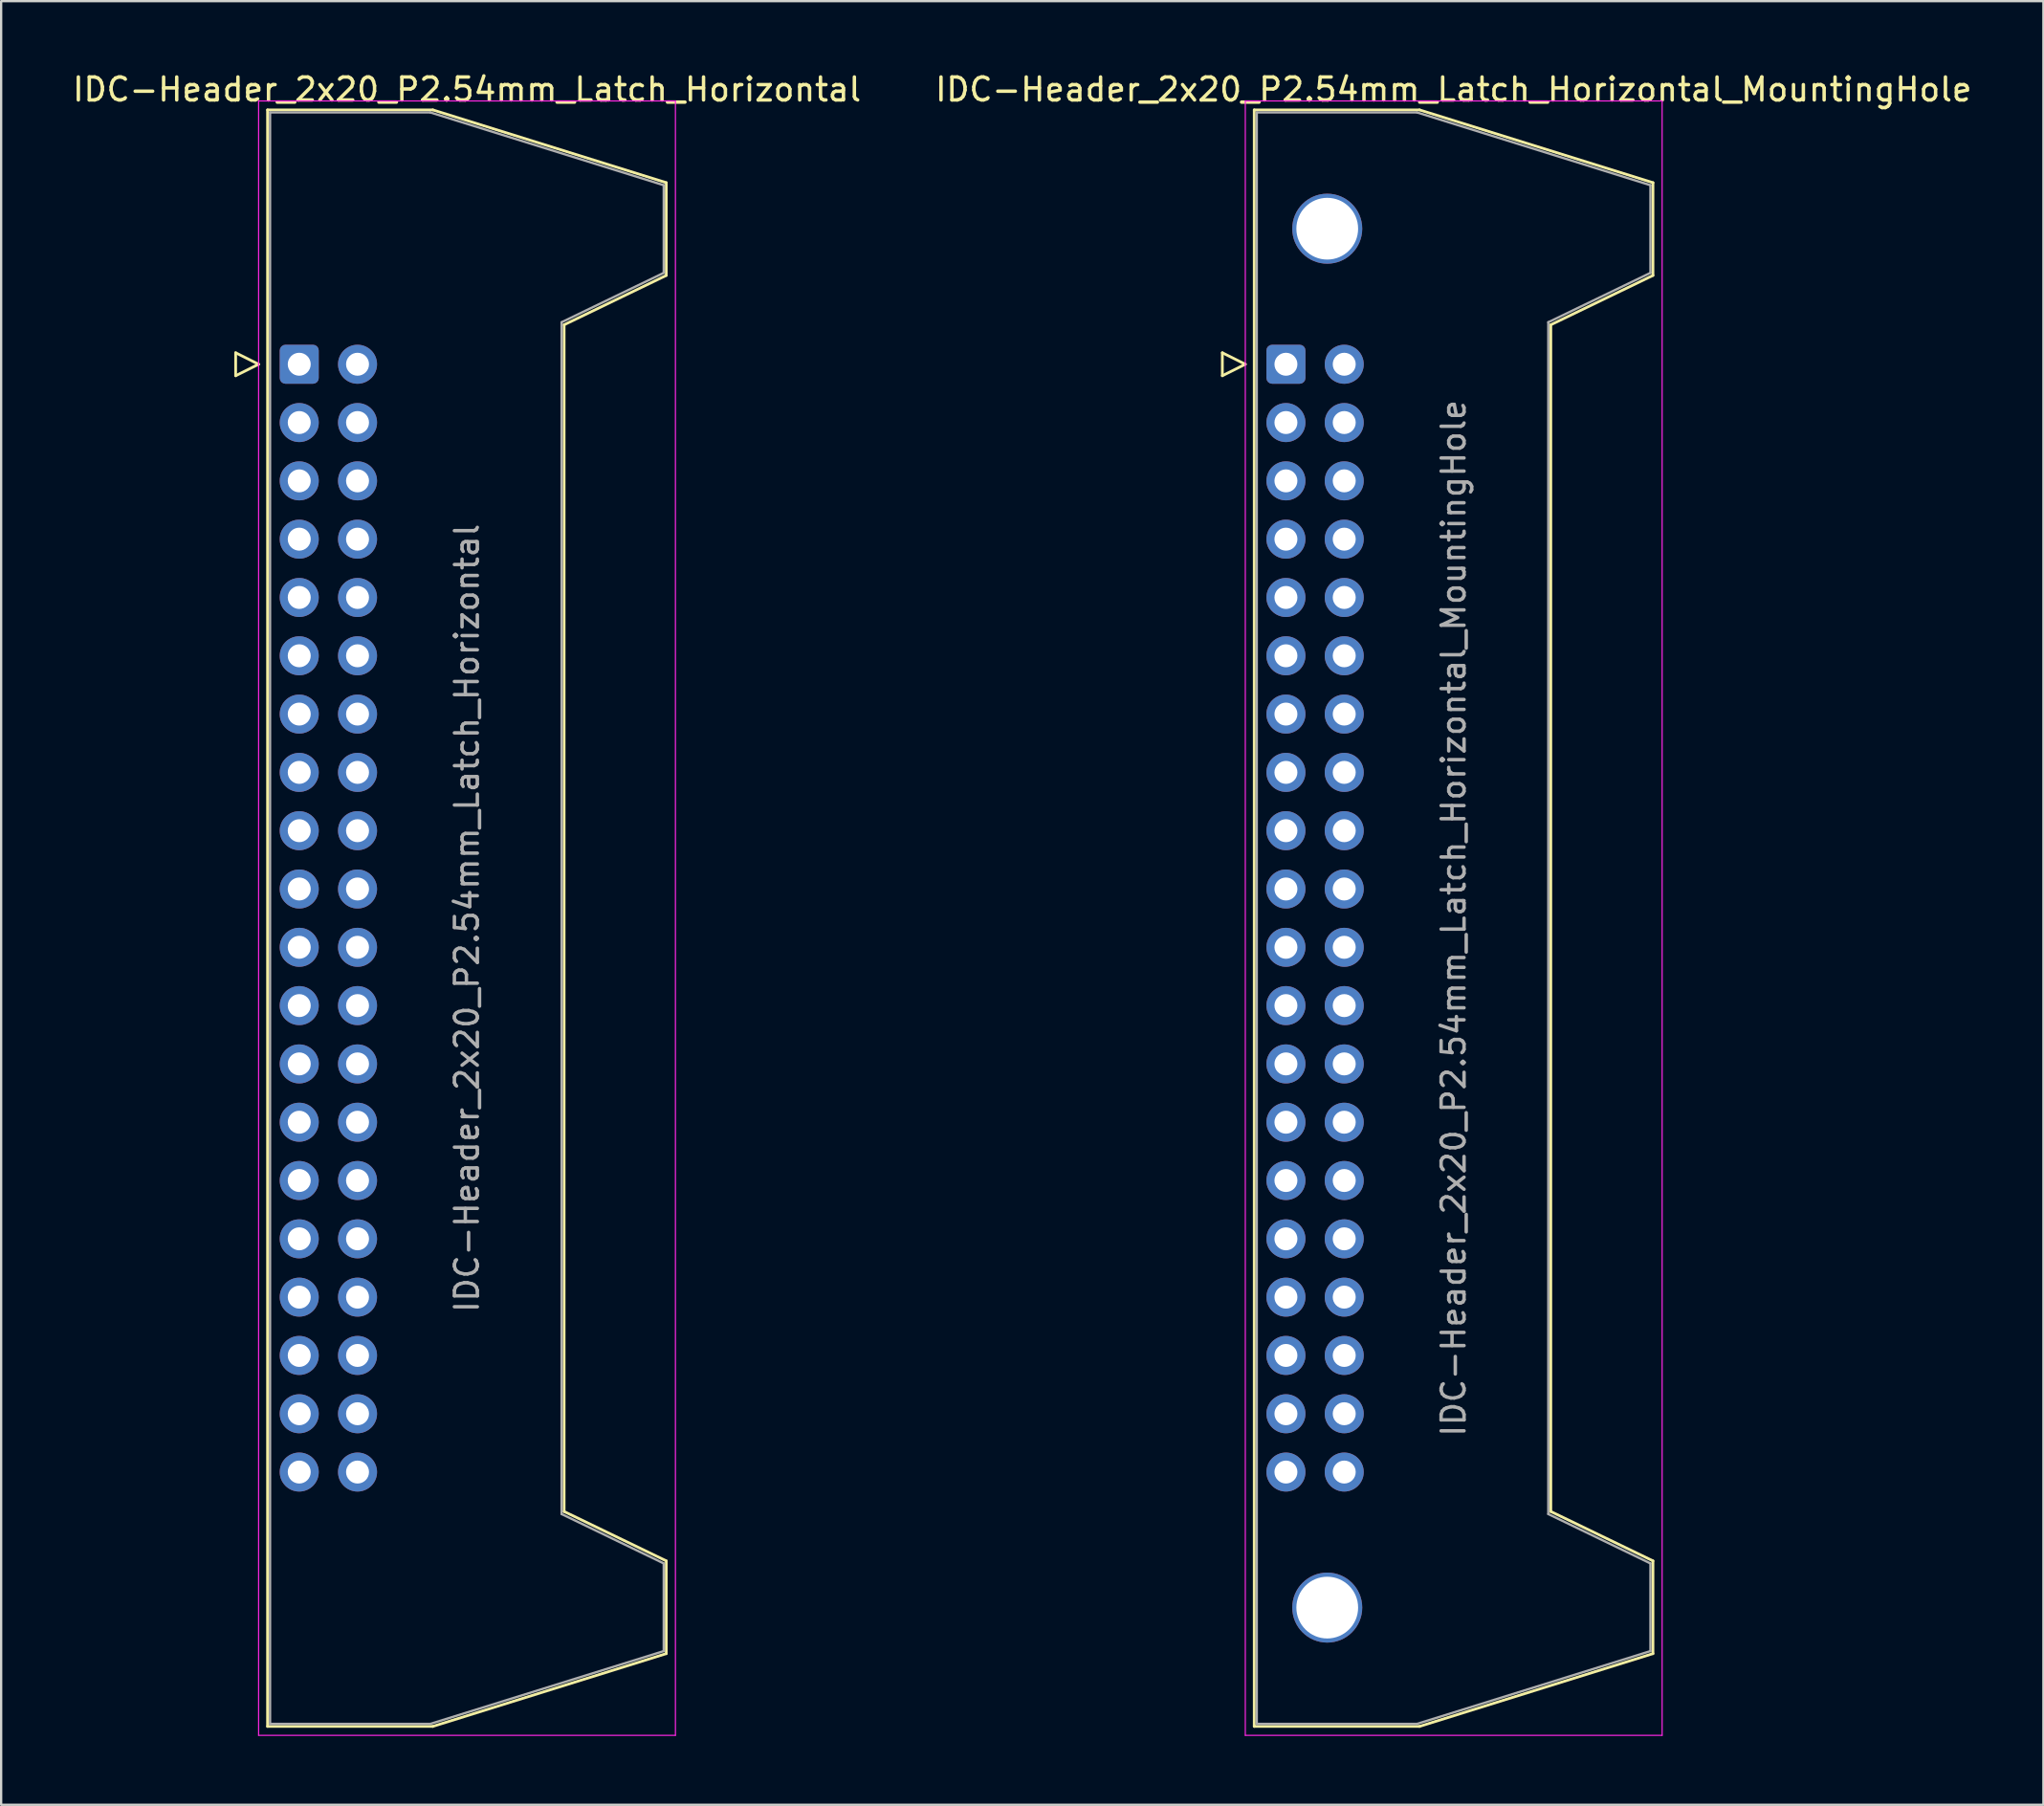
<source format=kicad_pcb>
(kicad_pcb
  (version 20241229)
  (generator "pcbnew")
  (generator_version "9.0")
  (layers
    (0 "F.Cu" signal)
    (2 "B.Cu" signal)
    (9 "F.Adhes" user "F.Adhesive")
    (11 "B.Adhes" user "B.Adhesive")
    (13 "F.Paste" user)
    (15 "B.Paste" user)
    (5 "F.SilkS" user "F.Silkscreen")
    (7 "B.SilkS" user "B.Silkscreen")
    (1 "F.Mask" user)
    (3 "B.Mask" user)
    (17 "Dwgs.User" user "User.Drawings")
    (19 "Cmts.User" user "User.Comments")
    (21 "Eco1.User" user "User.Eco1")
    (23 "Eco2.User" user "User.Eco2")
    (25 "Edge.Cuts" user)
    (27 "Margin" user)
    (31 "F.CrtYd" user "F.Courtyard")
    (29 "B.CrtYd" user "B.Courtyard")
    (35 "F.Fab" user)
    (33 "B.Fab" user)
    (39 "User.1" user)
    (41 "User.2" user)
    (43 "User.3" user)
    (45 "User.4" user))
  (footprint "IDC-Header_2x20_P2.54mm_Latch_Horizontal"
    (layer "F.Cu")
    (at 9.987 12.818)
    (property "Reference" "IDC-Header_2x20_P2.54mm_Latch_Horizontal" (at 7.305 -11.97 0) (layer "F.SilkS") (effects (font (size 1 1) (thickness 0.15))))
    (attr through_hole)
    (fp_line (start -2.77 -0.5) (end -2.77 0.5) (stroke (width 0.12) (type solid)) (layer "F.SilkS"))
    (fp_line (start -2.77 0.5) (end -1.77 0) (stroke (width 0.12) (type solid)) (layer "F.SilkS"))
    (fp_line (start -1.77 0) (end -2.77 -0.5) (stroke (width 0.12) (type solid)) (layer "F.SilkS"))
    (fp_line (start -1.38 -11.08) (end 5.82 -11.08) (stroke (width 0.12) (type solid)) (layer "F.SilkS"))
    (fp_line (start -1.38 59.34) (end -1.38 -11.08) (stroke (width 0.12) (type solid)) (layer "F.SilkS"))
    (fp_line (start 5.82 -11.08) (end 15.99 -7.91) (stroke (width 0.12) (type solid)) (layer "F.SilkS"))
    (fp_line (start 5.82 59.34) (end -1.38 59.34) (stroke (width 0.12) (type solid)) (layer "F.SilkS"))
    (fp_line (start 11.54 -1.72) (end 11.54 49.98) (stroke (width 0.12) (type solid)) (layer "F.SilkS"))
    (fp_line (start 11.54 49.98) (end 15.99 52.13) (stroke (width 0.12) (type solid)) (layer "F.SilkS"))
    (fp_line (start 15.99 -7.91) (end 15.99 -3.87) (stroke (width 0.12) (type solid)) (layer "F.SilkS"))
    (fp_line (start 15.99 -3.87) (end 11.54 -1.72) (stroke (width 0.12) (type solid)) (layer "F.SilkS"))
    (fp_line (start 15.99 52.13) (end 15.99 56.17) (stroke (width 0.12) (type solid)) (layer "F.SilkS"))
    (fp_line (start 15.99 56.17) (end 5.82 59.34) (stroke (width 0.12) (type solid)) (layer "F.SilkS"))
    (fp_line (start -1.77 -11.47) (end -1.77 59.73) (stroke (width 0.05) (type solid)) (layer "F.CrtYd"))
    (fp_line (start -1.77 59.73) (end 16.39 59.73) (stroke (width 0.05) (type solid)) (layer "F.CrtYd"))
    (fp_line (start 16.39 -11.47) (end -1.77 -11.47) (stroke (width 0.05) (type solid)) (layer "F.CrtYd"))
    (fp_line (start 16.39 59.73) (end 16.39 -11.47) (stroke (width 0.05) (type solid)) (layer "F.CrtYd"))
    (fp_line (start -1.27 -10.97) (end 5.71 -10.97) (stroke (width 0.1) (type solid)) (layer "F.Fab"))
    (fp_line (start -1.27 59.23) (end -1.27 -10.97) (stroke (width 0.1) (type solid)) (layer "F.Fab"))
    (fp_line (start 5.71 -10.97) (end 15.88 -7.8) (stroke (width 0.1) (type solid)) (layer "F.Fab"))
    (fp_line (start 5.71 59.23) (end -1.27 59.23) (stroke (width 0.1) (type solid)) (layer "F.Fab"))
    (fp_line (start 11.43 -1.83) (end 11.43 50.09) (stroke (width 0.1) (type solid)) (layer "F.Fab"))
    (fp_line (start 11.43 50.09) (end 15.88 52.24) (stroke (width 0.1) (type solid)) (layer "F.Fab"))
    (fp_line (start 15.88 -7.8) (end 15.88 -3.98) (stroke (width 0.1) (type solid)) (layer "F.Fab"))
    (fp_line (start 15.88 -3.98) (end 11.43 -1.83) (stroke (width 0.1) (type solid)) (layer "F.Fab"))
    (fp_line (start 15.88 52.24) (end 15.88 56.06) (stroke (width 0.1) (type solid)) (layer "F.Fab"))
    (fp_line (start 15.88 56.06) (end 5.71 59.23) (stroke (width 0.1) (type solid)) (layer "F.Fab"))
    (fp_text user "${REFERENCE}" (at 7.305 24.13 90) (layer "F.Fab") (effects (font (size 1 1) (thickness 0.15))))
    (pad "1" thru_hole roundrect (at 0 0) (size 1.7 1.7) (drill 1) (layers "*.Cu" "*.Mask") (roundrect_rratio 0.147))
    (pad "2" thru_hole circle (at 2.54 0) (size 1.7 1.7) (drill 1) (layers "*.Cu" "*.Mask"))
    (pad "3" thru_hole circle (at 0 2.54) (size 1.7 1.7) (drill 1) (layers "*.Cu" "*.Mask"))
    (pad "4" thru_hole circle (at 2.54 2.54) (size 1.7 1.7) (drill 1) (layers "*.Cu" "*.Mask"))
    (pad "5" thru_hole circle (at 0 5.08) (size 1.7 1.7) (drill 1) (layers "*.Cu" "*.Mask"))
    (pad "6" thru_hole circle (at 2.54 5.08) (size 1.7 1.7) (drill 1) (layers "*.Cu" "*.Mask"))
    (pad "7" thru_hole circle (at 0 7.62) (size 1.7 1.7) (drill 1) (layers "*.Cu" "*.Mask"))
    (pad "8" thru_hole circle (at 2.54 7.62) (size 1.7 1.7) (drill 1) (layers "*.Cu" "*.Mask"))
    (pad "9" thru_hole circle (at 0 10.16) (size 1.7 1.7) (drill 1) (layers "*.Cu" "*.Mask"))
    (pad "10" thru_hole circle (at 2.54 10.16) (size 1.7 1.7) (drill 1) (layers "*.Cu" "*.Mask"))
    (pad "11" thru_hole circle (at 0 12.7) (size 1.7 1.7) (drill 1) (layers "*.Cu" "*.Mask"))
    (pad "12" thru_hole circle (at 2.54 12.7) (size 1.7 1.7) (drill 1) (layers "*.Cu" "*.Mask"))
    (pad "13" thru_hole circle (at 0 15.24) (size 1.7 1.7) (drill 1) (layers "*.Cu" "*.Mask"))
    (pad "14" thru_hole circle (at 2.54 15.24) (size 1.7 1.7) (drill 1) (layers "*.Cu" "*.Mask"))
    (pad "15" thru_hole circle (at 0 17.78) (size 1.7 1.7) (drill 1) (layers "*.Cu" "*.Mask"))
    (pad "16" thru_hole circle (at 2.54 17.78) (size 1.7 1.7) (drill 1) (layers "*.Cu" "*.Mask"))
    (pad "17" thru_hole circle (at 0 20.32) (size 1.7 1.7) (drill 1) (layers "*.Cu" "*.Mask"))
    (pad "18" thru_hole circle (at 2.54 20.32) (size 1.7 1.7) (drill 1) (layers "*.Cu" "*.Mask"))
    (pad "19" thru_hole circle (at 0 22.86) (size 1.7 1.7) (drill 1) (layers "*.Cu" "*.Mask"))
    (pad "20" thru_hole circle (at 2.54 22.86) (size 1.7 1.7) (drill 1) (layers "*.Cu" "*.Mask"))
    (pad "21" thru_hole circle (at 0 25.4) (size 1.7 1.7) (drill 1) (layers "*.Cu" "*.Mask"))
    (pad "22" thru_hole circle (at 2.54 25.4) (size 1.7 1.7) (drill 1) (layers "*.Cu" "*.Mask"))
    (pad "23" thru_hole circle (at 0 27.94) (size 1.7 1.7) (drill 1) (layers "*.Cu" "*.Mask"))
    (pad "24" thru_hole circle (at 2.54 27.94) (size 1.7 1.7) (drill 1) (layers "*.Cu" "*.Mask"))
    (pad "25" thru_hole circle (at 0 30.48) (size 1.7 1.7) (drill 1) (layers "*.Cu" "*.Mask"))
    (pad "26" thru_hole circle (at 2.54 30.48) (size 1.7 1.7) (drill 1) (layers "*.Cu" "*.Mask"))
    (pad "27" thru_hole circle (at 0 33.02) (size 1.7 1.7) (drill 1) (layers "*.Cu" "*.Mask"))
    (pad "28" thru_hole circle (at 2.54 33.02) (size 1.7 1.7) (drill 1) (layers "*.Cu" "*.Mask"))
    (pad "29" thru_hole circle (at 0 35.56) (size 1.7 1.7) (drill 1) (layers "*.Cu" "*.Mask"))
    (pad "30" thru_hole circle (at 2.54 35.56) (size 1.7 1.7) (drill 1) (layers "*.Cu" "*.Mask"))
    (pad "31" thru_hole circle (at 0 38.1) (size 1.7 1.7) (drill 1) (layers "*.Cu" "*.Mask"))
    (pad "32" thru_hole circle (at 2.54 38.1) (size 1.7 1.7) (drill 1) (layers "*.Cu" "*.Mask"))
    (pad "33" thru_hole circle (at 0 40.64) (size 1.7 1.7) (drill 1) (layers "*.Cu" "*.Mask"))
    (pad "34" thru_hole circle (at 2.54 40.64) (size 1.7 1.7) (drill 1) (layers "*.Cu" "*.Mask"))
    (pad "35" thru_hole circle (at 0 43.18) (size 1.7 1.7) (drill 1) (layers "*.Cu" "*.Mask"))
    (pad "36" thru_hole circle (at 2.54 43.18) (size 1.7 1.7) (drill 1) (layers "*.Cu" "*.Mask"))
    (pad "37" thru_hole circle (at 0 45.72) (size 1.7 1.7) (drill 1) (layers "*.Cu" "*.Mask"))
    (pad "38" thru_hole circle (at 2.54 45.72) (size 1.7 1.7) (drill 1) (layers "*.Cu" "*.Mask"))
    (pad "39" thru_hole circle (at 0 48.26) (size 1.7 1.7) (drill 1) (layers "*.Cu" "*.Mask"))
    (pad "40" thru_hole circle (at 2.54 48.26) (size 1.7 1.7) (drill 1) (layers "*.Cu" "*.Mask")))
  (footprint "IDC-Header_2x20_P2.54mm_Latch_Horizontal_MountingHole"
    (layer "F.Cu")
    (at 52.975 12.818)
    (property "Reference" "IDC-Header_2x20_P2.54mm_Latch_Horizontal_MountingHole" (at 7.305 -11.97 0) (layer "F.SilkS") (effects (font (size 1 1) (thickness 0.15))))
    (attr through_hole)
    (fp_line (start -2.77 -0.5) (end -2.77 0.5) (stroke (width 0.12) (type solid)) (layer "F.SilkS"))
    (fp_line (start -2.77 0.5) (end -1.77 0) (stroke (width 0.12) (type solid)) (layer "F.SilkS"))
    (fp_line (start -1.77 0) (end -2.77 -0.5) (stroke (width 0.12) (type solid)) (layer "F.SilkS"))
    (fp_line (start -1.38 -11.08) (end 5.82 -11.08) (stroke (width 0.12) (type solid)) (layer "F.SilkS"))
    (fp_line (start -1.38 59.34) (end -1.38 -11.08) (stroke (width 0.12) (type solid)) (layer "F.SilkS"))
    (fp_line (start 5.82 -11.08) (end 15.99 -7.91) (stroke (width 0.12) (type solid)) (layer "F.SilkS"))
    (fp_line (start 5.82 59.34) (end -1.38 59.34) (stroke (width 0.12) (type solid)) (layer "F.SilkS"))
    (fp_line (start 11.54 -1.72) (end 11.54 49.98) (stroke (width 0.12) (type solid)) (layer "F.SilkS"))
    (fp_line (start 11.54 49.98) (end 15.99 52.13) (stroke (width 0.12) (type solid)) (layer "F.SilkS"))
    (fp_line (start 15.99 -7.91) (end 15.99 -3.87) (stroke (width 0.12) (type solid)) (layer "F.SilkS"))
    (fp_line (start 15.99 -3.87) (end 11.54 -1.72) (stroke (width 0.12) (type solid)) (layer "F.SilkS"))
    (fp_line (start 15.99 52.13) (end 15.99 56.17) (stroke (width 0.12) (type solid)) (layer "F.SilkS"))
    (fp_line (start 15.99 56.17) (end 5.82 59.34) (stroke (width 0.12) (type solid)) (layer "F.SilkS"))
    (fp_line (start -1.77 -11.47) (end -1.77 59.73) (stroke (width 0.05) (type solid)) (layer "F.CrtYd"))
    (fp_line (start -1.77 59.73) (end 16.39 59.73) (stroke (width 0.05) (type solid)) (layer "F.CrtYd"))
    (fp_line (start 16.39 -11.47) (end -1.77 -11.47) (stroke (width 0.05) (type solid)) (layer "F.CrtYd"))
    (fp_line (start 16.39 59.73) (end 16.39 -11.47) (stroke (width 0.05) (type solid)) (layer "F.CrtYd"))
    (fp_line (start -1.27 -10.97) (end 5.71 -10.97) (stroke (width 0.1) (type solid)) (layer "F.Fab"))
    (fp_line (start -1.27 59.23) (end -1.27 -10.97) (stroke (width 0.1) (type solid)) (layer "F.Fab"))
    (fp_line (start 5.71 -10.97) (end 15.88 -7.8) (stroke (width 0.1) (type solid)) (layer "F.Fab"))
    (fp_line (start 5.71 59.23) (end -1.27 59.23) (stroke (width 0.1) (type solid)) (layer "F.Fab"))
    (fp_line (start 11.43 -1.83) (end 11.43 50.09) (stroke (width 0.1) (type solid)) (layer "F.Fab"))
    (fp_line (start 11.43 50.09) (end 15.88 52.24) (stroke (width 0.1) (type solid)) (layer "F.Fab"))
    (fp_line (start 15.88 -7.8) (end 15.88 -3.98) (stroke (width 0.1) (type solid)) (layer "F.Fab"))
    (fp_line (start 15.88 -3.98) (end 11.43 -1.83) (stroke (width 0.1) (type solid)) (layer "F.Fab"))
    (fp_line (start 15.88 52.24) (end 15.88 56.06) (stroke (width 0.1) (type solid)) (layer "F.Fab"))
    (fp_line (start 15.88 56.06) (end 5.71 59.23) (stroke (width 0.1) (type solid)) (layer "F.Fab"))
    (fp_text user "${REFERENCE}" (at 7.305 24.13 90) (layer "F.Fab") (effects (font (size 1 1) (thickness 0.15))))
    (pad "" thru_hole circle (at 1.8 -5.905) (size 3.05 3.05) (drill 2.69) (layers "*.Cu" "*.Mask"))
    (pad "" thru_hole circle (at 1.8 54.165) (size 3.05 3.05) (drill 2.69) (layers "*.Cu" "*.Mask"))
    (pad "1" thru_hole roundrect (at 0 0) (size 1.7 1.7) (drill 1) (layers "*.Cu" "*.Mask") (roundrect_rratio 0.147))
    (pad "2" thru_hole circle (at 2.54 0) (size 1.7 1.7) (drill 1) (layers "*.Cu" "*.Mask"))
    (pad "3" thru_hole circle (at 0 2.54) (size 1.7 1.7) (drill 1) (layers "*.Cu" "*.Mask"))
    (pad "4" thru_hole circle (at 2.54 2.54) (size 1.7 1.7) (drill 1) (layers "*.Cu" "*.Mask"))
    (pad "5" thru_hole circle (at 0 5.08) (size 1.7 1.7) (drill 1) (layers "*.Cu" "*.Mask"))
    (pad "6" thru_hole circle (at 2.54 5.08) (size 1.7 1.7) (drill 1) (layers "*.Cu" "*.Mask"))
    (pad "7" thru_hole circle (at 0 7.62) (size 1.7 1.7) (drill 1) (layers "*.Cu" "*.Mask"))
    (pad "8" thru_hole circle (at 2.54 7.62) (size 1.7 1.7) (drill 1) (layers "*.Cu" "*.Mask"))
    (pad "9" thru_hole circle (at 0 10.16) (size 1.7 1.7) (drill 1) (layers "*.Cu" "*.Mask"))
    (pad "10" thru_hole circle (at 2.54 10.16) (size 1.7 1.7) (drill 1) (layers "*.Cu" "*.Mask"))
    (pad "11" thru_hole circle (at 0 12.7) (size 1.7 1.7) (drill 1) (layers "*.Cu" "*.Mask"))
    (pad "12" thru_hole circle (at 2.54 12.7) (size 1.7 1.7) (drill 1) (layers "*.Cu" "*.Mask"))
    (pad "13" thru_hole circle (at 0 15.24) (size 1.7 1.7) (drill 1) (layers "*.Cu" "*.Mask"))
    (pad "14" thru_hole circle (at 2.54 15.24) (size 1.7 1.7) (drill 1) (layers "*.Cu" "*.Mask"))
    (pad "15" thru_hole circle (at 0 17.78) (size 1.7 1.7) (drill 1) (layers "*.Cu" "*.Mask"))
    (pad "16" thru_hole circle (at 2.54 17.78) (size 1.7 1.7) (drill 1) (layers "*.Cu" "*.Mask"))
    (pad "17" thru_hole circle (at 0 20.32) (size 1.7 1.7) (drill 1) (layers "*.Cu" "*.Mask"))
    (pad "18" thru_hole circle (at 2.54 20.32) (size 1.7 1.7) (drill 1) (layers "*.Cu" "*.Mask"))
    (pad "19" thru_hole circle (at 0 22.86) (size 1.7 1.7) (drill 1) (layers "*.Cu" "*.Mask"))
    (pad "20" thru_hole circle (at 2.54 22.86) (size 1.7 1.7) (drill 1) (layers "*.Cu" "*.Mask"))
    (pad "21" thru_hole circle (at 0 25.4) (size 1.7 1.7) (drill 1) (layers "*.Cu" "*.Mask"))
    (pad "22" thru_hole circle (at 2.54 25.4) (size 1.7 1.7) (drill 1) (layers "*.Cu" "*.Mask"))
    (pad "23" thru_hole circle (at 0 27.94) (size 1.7 1.7) (drill 1) (layers "*.Cu" "*.Mask"))
    (pad "24" thru_hole circle (at 2.54 27.94) (size 1.7 1.7) (drill 1) (layers "*.Cu" "*.Mask"))
    (pad "25" thru_hole circle (at 0 30.48) (size 1.7 1.7) (drill 1) (layers "*.Cu" "*.Mask"))
    (pad "26" thru_hole circle (at 2.54 30.48) (size 1.7 1.7) (drill 1) (layers "*.Cu" "*.Mask"))
    (pad "27" thru_hole circle (at 0 33.02) (size 1.7 1.7) (drill 1) (layers "*.Cu" "*.Mask"))
    (pad "28" thru_hole circle (at 2.54 33.02) (size 1.7 1.7) (drill 1) (layers "*.Cu" "*.Mask"))
    (pad "29" thru_hole circle (at 0 35.56) (size 1.7 1.7) (drill 1) (layers "*.Cu" "*.Mask"))
    (pad "30" thru_hole circle (at 2.54 35.56) (size 1.7 1.7) (drill 1) (layers "*.Cu" "*.Mask"))
    (pad "31" thru_hole circle (at 0 38.1) (size 1.7 1.7) (drill 1) (layers "*.Cu" "*.Mask"))
    (pad "32" thru_hole circle (at 2.54 38.1) (size 1.7 1.7) (drill 1) (layers "*.Cu" "*.Mask"))
    (pad "33" thru_hole circle (at 0 40.64) (size 1.7 1.7) (drill 1) (layers "*.Cu" "*.Mask"))
    (pad "34" thru_hole circle (at 2.54 40.64) (size 1.7 1.7) (drill 1) (layers "*.Cu" "*.Mask"))
    (pad "35" thru_hole circle (at 0 43.18) (size 1.7 1.7) (drill 1) (layers "*.Cu" "*.Mask"))
    (pad "36" thru_hole circle (at 2.54 43.18) (size 1.7 1.7) (drill 1) (layers "*.Cu" "*.Mask"))
    (pad "37" thru_hole circle (at 0 45.72) (size 1.7 1.7) (drill 1) (layers "*.Cu" "*.Mask"))
    (pad "38" thru_hole circle (at 2.54 45.72) (size 1.7 1.7) (drill 1) (layers "*.Cu" "*.Mask"))
    (pad "39" thru_hole circle (at 0 48.26) (size 1.7 1.7) (drill 1) (layers "*.Cu" "*.Mask"))
    (pad "40" thru_hole circle (at 2.54 48.26) (size 1.7 1.7) (drill 1) (layers "*.Cu" "*.Mask")))
  (gr_rect
    (start -3 -3)
    (end 85.976 75.573)
    (stroke (width 0.1) (type default))
    (fill no)
    (layer "Edge.Cuts")))
</source>
